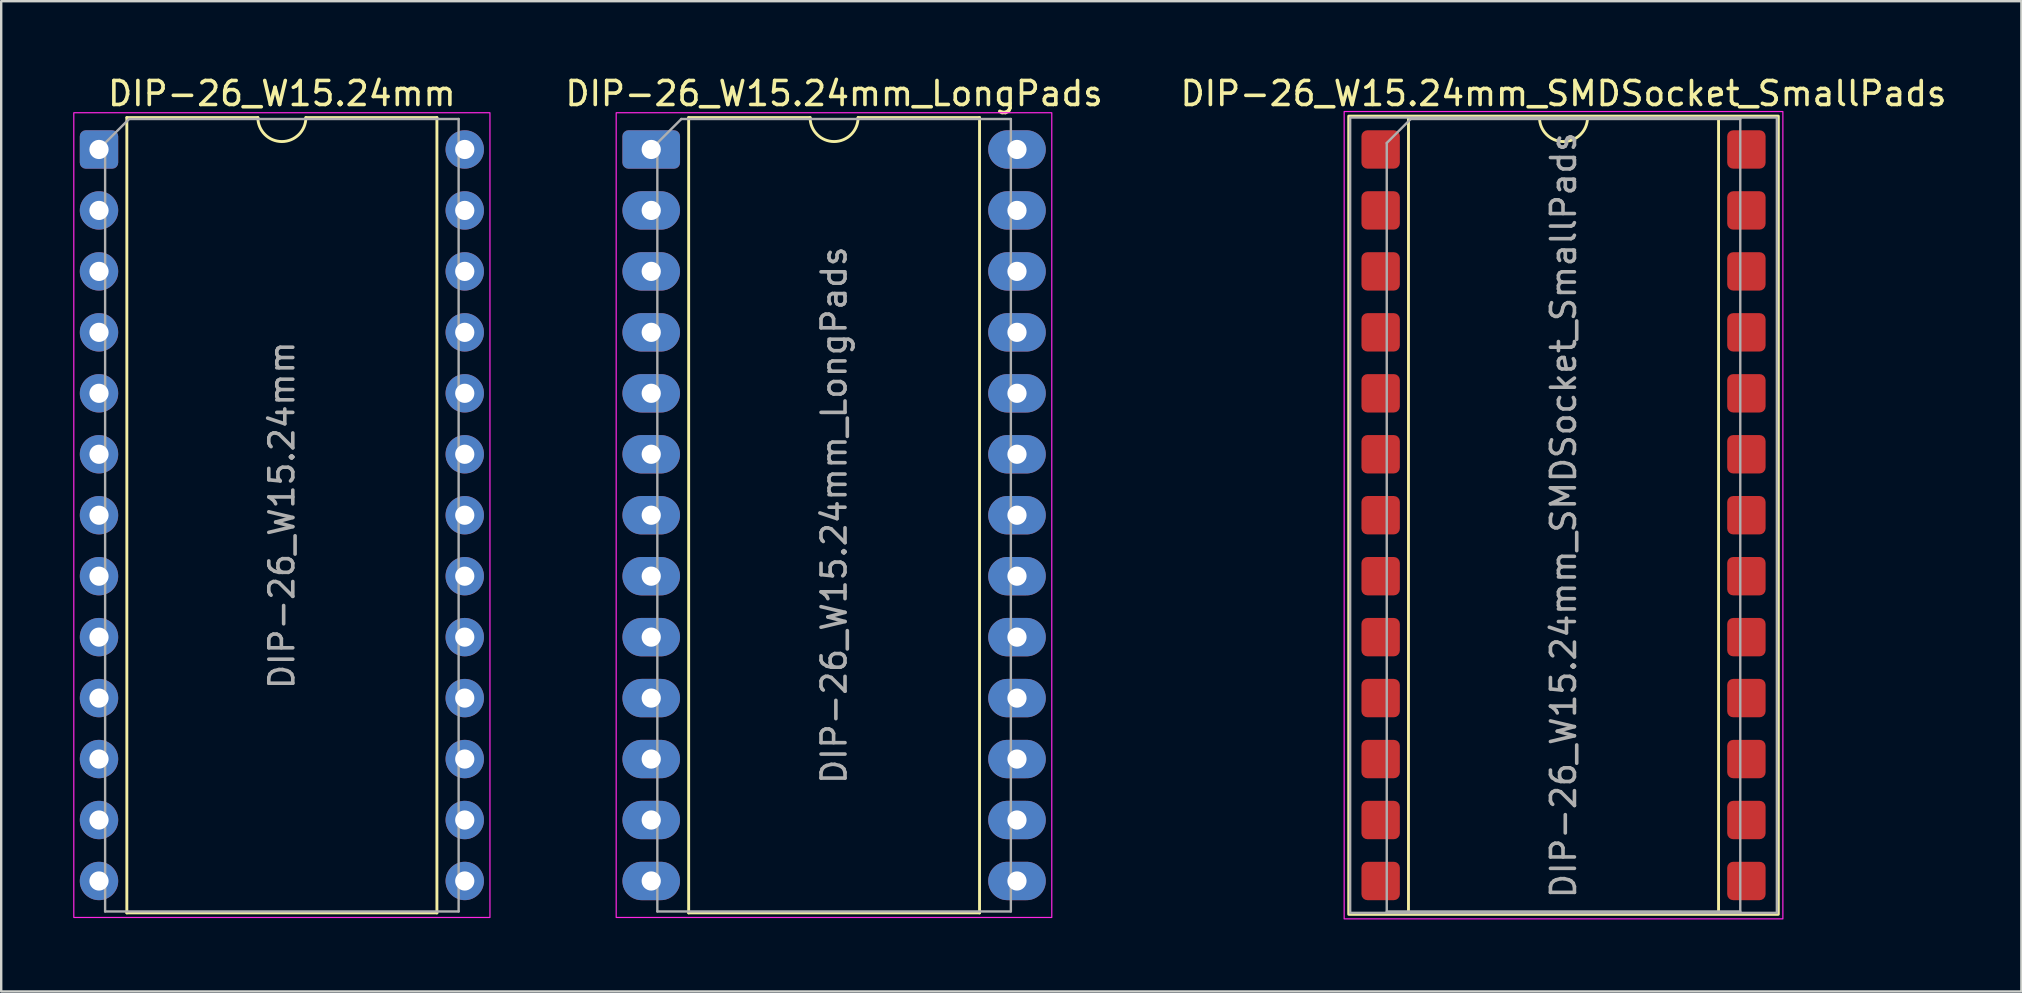
<source format=kicad_pcb>
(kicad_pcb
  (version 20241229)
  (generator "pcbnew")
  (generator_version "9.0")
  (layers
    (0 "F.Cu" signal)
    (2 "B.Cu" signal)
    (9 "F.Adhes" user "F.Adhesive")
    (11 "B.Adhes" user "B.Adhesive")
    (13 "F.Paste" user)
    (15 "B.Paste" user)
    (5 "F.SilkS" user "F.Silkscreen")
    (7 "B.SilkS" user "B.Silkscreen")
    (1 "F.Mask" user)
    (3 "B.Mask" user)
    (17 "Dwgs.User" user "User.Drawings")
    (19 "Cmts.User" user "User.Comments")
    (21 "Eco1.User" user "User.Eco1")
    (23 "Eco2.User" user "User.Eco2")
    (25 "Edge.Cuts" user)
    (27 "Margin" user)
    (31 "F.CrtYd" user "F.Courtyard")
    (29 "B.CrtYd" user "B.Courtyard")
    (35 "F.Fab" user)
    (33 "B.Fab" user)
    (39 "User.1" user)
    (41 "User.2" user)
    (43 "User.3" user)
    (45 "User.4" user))
  (footprint "DIP-26_W15.24mm"
    (layer "F.Cu")
    (at 1.075 3.178)
    (property "Reference" "DIP-26_W15.24mm" (at 7.62 -2.33 0) (layer "F.SilkS") (effects (font (size 1 1) (thickness 0.15))))
    (attr through_hole)
    (fp_line (start 1.16 -1.33) (end 1.16 31.81) (stroke (width 0.12) (type solid)) (layer "F.SilkS"))
    (fp_line (start 1.16 31.81) (end 14.08 31.81) (stroke (width 0.12) (type solid)) (layer "F.SilkS"))
    (fp_line (start 6.62 -1.33) (end 1.16 -1.33) (stroke (width 0.12) (type solid)) (layer "F.SilkS"))
    (fp_line (start 14.08 -1.33) (end 8.62 -1.33) (stroke (width 0.12) (type solid)) (layer "F.SilkS"))
    (fp_line (start 14.08 31.81) (end 14.08 -1.33) (stroke (width 0.12) (type solid)) (layer "F.SilkS"))
    (fp_arc (start 8.62 -1.33) (mid 7.62 -0.33) (end 6.62 -1.33) (stroke (width 0.12) (type solid)) (layer "F.SilkS"))
    (fp_rect (start -1.05 -1.53) (end 16.29 32) (stroke (width 0.05) (type solid)) (fill no) (layer "F.CrtYd"))
    (fp_line (start 0.255 -0.27) (end 1.255 -1.27) (stroke (width 0.1) (type solid)) (layer "F.Fab"))
    (fp_line (start 0.255 31.75) (end 0.255 -0.27) (stroke (width 0.1) (type solid)) (layer "F.Fab"))
    (fp_line (start 1.255 -1.27) (end 14.985 -1.27) (stroke (width 0.1) (type solid)) (layer "F.Fab"))
    (fp_line (start 14.985 -1.27) (end 14.985 31.75) (stroke (width 0.1) (type solid)) (layer "F.Fab"))
    (fp_line (start 14.985 31.75) (end 0.255 31.75) (stroke (width 0.1) (type solid)) (layer "F.Fab"))
    (fp_text user "${REFERENCE}" (at 7.62 15.24 90) (layer "F.Fab") (effects (font (size 1 1) (thickness 0.15))))
    (pad "1" thru_hole roundrect (at 0 0) (size 1.6 1.6) (drill 0.8) (layers "*.Cu" "*.Mask") (roundrect_rratio 0.156))
    (pad "2" thru_hole circle (at 0 2.54) (size 1.6 1.6) (drill 0.8) (layers "*.Cu" "*.Mask"))
    (pad "3" thru_hole circle (at 0 5.08) (size 1.6 1.6) (drill 0.8) (layers "*.Cu" "*.Mask"))
    (pad "4" thru_hole circle (at 0 7.62) (size 1.6 1.6) (drill 0.8) (layers "*.Cu" "*.Mask"))
    (pad "5" thru_hole circle (at 0 10.16) (size 1.6 1.6) (drill 0.8) (layers "*.Cu" "*.Mask"))
    (pad "6" thru_hole circle (at 0 12.7) (size 1.6 1.6) (drill 0.8) (layers "*.Cu" "*.Mask"))
    (pad "7" thru_hole circle (at 0 15.24) (size 1.6 1.6) (drill 0.8) (layers "*.Cu" "*.Mask"))
    (pad "8" thru_hole circle (at 0 17.78) (size 1.6 1.6) (drill 0.8) (layers "*.Cu" "*.Mask"))
    (pad "9" thru_hole circle (at 0 20.32) (size 1.6 1.6) (drill 0.8) (layers "*.Cu" "*.Mask"))
    (pad "10" thru_hole circle (at 0 22.86) (size 1.6 1.6) (drill 0.8) (layers "*.Cu" "*.Mask"))
    (pad "11" thru_hole circle (at 0 25.4) (size 1.6 1.6) (drill 0.8) (layers "*.Cu" "*.Mask"))
    (pad "12" thru_hole circle (at 0 27.94) (size 1.6 1.6) (drill 0.8) (layers "*.Cu" "*.Mask"))
    (pad "13" thru_hole circle (at 0 30.48) (size 1.6 1.6) (drill 0.8) (layers "*.Cu" "*.Mask"))
    (pad "14" thru_hole circle (at 15.24 30.48) (size 1.6 1.6) (drill 0.8) (layers "*.Cu" "*.Mask"))
    (pad "15" thru_hole circle (at 15.24 27.94) (size 1.6 1.6) (drill 0.8) (layers "*.Cu" "*.Mask"))
    (pad "16" thru_hole circle (at 15.24 25.4) (size 1.6 1.6) (drill 0.8) (layers "*.Cu" "*.Mask"))
    (pad "17" thru_hole circle (at 15.24 22.86) (size 1.6 1.6) (drill 0.8) (layers "*.Cu" "*.Mask"))
    (pad "18" thru_hole circle (at 15.24 20.32) (size 1.6 1.6) (drill 0.8) (layers "*.Cu" "*.Mask"))
    (pad "19" thru_hole circle (at 15.24 17.78) (size 1.6 1.6) (drill 0.8) (layers "*.Cu" "*.Mask"))
    (pad "20" thru_hole circle (at 15.24 15.24) (size 1.6 1.6) (drill 0.8) (layers "*.Cu" "*.Mask"))
    (pad "21" thru_hole circle (at 15.24 12.7) (size 1.6 1.6) (drill 0.8) (layers "*.Cu" "*.Mask"))
    (pad "22" thru_hole circle (at 15.24 10.16) (size 1.6 1.6) (drill 0.8) (layers "*.Cu" "*.Mask"))
    (pad "23" thru_hole circle (at 15.24 7.62) (size 1.6 1.6) (drill 0.8) (layers "*.Cu" "*.Mask"))
    (pad "24" thru_hole circle (at 15.24 5.08) (size 1.6 1.6) (drill 0.8) (layers "*.Cu" "*.Mask"))
    (pad "25" thru_hole circle (at 15.24 2.54) (size 1.6 1.6) (drill 0.8) (layers "*.Cu" "*.Mask"))
    (pad "26" thru_hole circle (at 15.24 0) (size 1.6 1.6) (drill 0.8) (layers "*.Cu" "*.Mask")))
  (footprint "DIP-26_W15.24mm_LongPads"
    (layer "F.Cu")
    (at 24.085 3.178)
    (property "Reference" "DIP-26_W15.24mm_LongPads" (at 7.62 -2.33 0) (layer "F.SilkS") (effects (font (size 1 1) (thickness 0.15))))
    (attr through_hole)
    (fp_line (start 1.56 -1.33) (end 1.56 31.81) (stroke (width 0.12) (type solid)) (layer "F.SilkS"))
    (fp_line (start 1.56 31.81) (end 13.68 31.81) (stroke (width 0.12) (type solid)) (layer "F.SilkS"))
    (fp_line (start 6.62 -1.33) (end 1.56 -1.33) (stroke (width 0.12) (type solid)) (layer "F.SilkS"))
    (fp_line (start 13.68 -1.33) (end 8.62 -1.33) (stroke (width 0.12) (type solid)) (layer "F.SilkS"))
    (fp_line (start 13.68 31.81) (end 13.68 -1.33) (stroke (width 0.12) (type solid)) (layer "F.SilkS"))
    (fp_arc (start 8.62 -1.33) (mid 7.62 -0.33) (end 6.62 -1.33) (stroke (width 0.12) (type solid)) (layer "F.SilkS"))
    (fp_rect (start -1.46 -1.53) (end 16.69 32) (stroke (width 0.05) (type solid)) (fill no) (layer "F.CrtYd"))
    (fp_line (start 0.255 -0.27) (end 1.255 -1.27) (stroke (width 0.1) (type solid)) (layer "F.Fab"))
    (fp_line (start 0.255 31.75) (end 0.255 -0.27) (stroke (width 0.1) (type solid)) (layer "F.Fab"))
    (fp_line (start 1.255 -1.27) (end 14.985 -1.27) (stroke (width 0.1) (type solid)) (layer "F.Fab"))
    (fp_line (start 14.985 -1.27) (end 14.985 31.75) (stroke (width 0.1) (type solid)) (layer "F.Fab"))
    (fp_line (start 14.985 31.75) (end 0.255 31.75) (stroke (width 0.1) (type solid)) (layer "F.Fab"))
    (fp_text user "${REFERENCE}" (at 7.62 15.24 90) (layer "F.Fab") (effects (font (size 1 1) (thickness 0.15))))
    (pad "1" thru_hole roundrect (at 0 0) (size 2.4 1.6) (drill 0.8) (layers "*.Cu" "*.Mask") (roundrect_rratio 0.156))
    (pad "2" thru_hole oval (at 0 2.54) (size 2.4 1.6) (drill 0.8) (layers "*.Cu" "*.Mask"))
    (pad "3" thru_hole oval (at 0 5.08) (size 2.4 1.6) (drill 0.8) (layers "*.Cu" "*.Mask"))
    (pad "4" thru_hole oval (at 0 7.62) (size 2.4 1.6) (drill 0.8) (layers "*.Cu" "*.Mask"))
    (pad "5" thru_hole oval (at 0 10.16) (size 2.4 1.6) (drill 0.8) (layers "*.Cu" "*.Mask"))
    (pad "6" thru_hole oval (at 0 12.7) (size 2.4 1.6) (drill 0.8) (layers "*.Cu" "*.Mask"))
    (pad "7" thru_hole oval (at 0 15.24) (size 2.4 1.6) (drill 0.8) (layers "*.Cu" "*.Mask"))
    (pad "8" thru_hole oval (at 0 17.78) (size 2.4 1.6) (drill 0.8) (layers "*.Cu" "*.Mask"))
    (pad "9" thru_hole oval (at 0 20.32) (size 2.4 1.6) (drill 0.8) (layers "*.Cu" "*.Mask"))
    (pad "10" thru_hole oval (at 0 22.86) (size 2.4 1.6) (drill 0.8) (layers "*.Cu" "*.Mask"))
    (pad "11" thru_hole oval (at 0 25.4) (size 2.4 1.6) (drill 0.8) (layers "*.Cu" "*.Mask"))
    (pad "12" thru_hole oval (at 0 27.94) (size 2.4 1.6) (drill 0.8) (layers "*.Cu" "*.Mask"))
    (pad "13" thru_hole oval (at 0 30.48) (size 2.4 1.6) (drill 0.8) (layers "*.Cu" "*.Mask"))
    (pad "14" thru_hole oval (at 15.24 30.48) (size 2.4 1.6) (drill 0.8) (layers "*.Cu" "*.Mask"))
    (pad "15" thru_hole oval (at 15.24 27.94) (size 2.4 1.6) (drill 0.8) (layers "*.Cu" "*.Mask"))
    (pad "16" thru_hole oval (at 15.24 25.4) (size 2.4 1.6) (drill 0.8) (layers "*.Cu" "*.Mask"))
    (pad "17" thru_hole oval (at 15.24 22.86) (size 2.4 1.6) (drill 0.8) (layers "*.Cu" "*.Mask"))
    (pad "18" thru_hole oval (at 15.24 20.32) (size 2.4 1.6) (drill 0.8) (layers "*.Cu" "*.Mask"))
    (pad "19" thru_hole oval (at 15.24 17.78) (size 2.4 1.6) (drill 0.8) (layers "*.Cu" "*.Mask"))
    (pad "20" thru_hole oval (at 15.24 15.24) (size 2.4 1.6) (drill 0.8) (layers "*.Cu" "*.Mask"))
    (pad "21" thru_hole oval (at 15.24 12.7) (size 2.4 1.6) (drill 0.8) (layers "*.Cu" "*.Mask"))
    (pad "22" thru_hole oval (at 15.24 10.16) (size 2.4 1.6) (drill 0.8) (layers "*.Cu" "*.Mask"))
    (pad "23" thru_hole oval (at 15.24 7.62) (size 2.4 1.6) (drill 0.8) (layers "*.Cu" "*.Mask"))
    (pad "24" thru_hole oval (at 15.24 5.08) (size 2.4 1.6) (drill 0.8) (layers "*.Cu" "*.Mask"))
    (pad "25" thru_hole oval (at 15.24 2.54) (size 2.4 1.6) (drill 0.8) (layers "*.Cu" "*.Mask"))
    (pad "26" thru_hole oval (at 15.24 0) (size 2.4 1.6) (drill 0.8) (layers "*.Cu" "*.Mask")))
  (footprint "DIP-26_W15.24mm_SMDSocket_SmallPads"
    (layer "F.Cu")
    (at 62.098 18.418)
    (property "Reference" "DIP-26_W15.24mm_SMDSocket_SmallPads" (at 0 -17.57 0) (layer "F.SilkS") (effects (font (size 1 1) (thickness 0.15))))
    (attr smd)
    (fp_line (start -6.46 -16.57) (end -6.46 16.57) (stroke (width 0.12) (type solid)) (layer "F.SilkS"))
    (fp_line (start -6.46 16.57) (end 6.46 16.57) (stroke (width 0.12) (type solid)) (layer "F.SilkS"))
    (fp_line (start -1 -16.57) (end -6.46 -16.57) (stroke (width 0.12) (type solid)) (layer "F.SilkS"))
    (fp_line (start 6.46 -16.57) (end 1 -16.57) (stroke (width 0.12) (type solid)) (layer "F.SilkS"))
    (fp_line (start 6.46 16.57) (end 6.46 -16.57) (stroke (width 0.12) (type solid)) (layer "F.SilkS"))
    (fp_rect (start -8.95 -16.63) (end 8.95 16.63) (stroke (width 0.12) (type solid)) (fill no) (layer "F.SilkS"))
    (fp_arc (start 1 -16.57) (mid 0 -15.57) (end -1 -16.57) (stroke (width 0.12) (type solid)) (layer "F.SilkS"))
    (fp_rect (start -9.14 -16.82) (end 9.14 16.82) (stroke (width 0.05) (type solid)) (fill no) (layer "F.CrtYd"))
    (fp_line (start -7.365 -15.51) (end -6.365 -16.51) (stroke (width 0.1) (type solid)) (layer "F.Fab"))
    (fp_line (start -7.365 16.51) (end -7.365 -15.51) (stroke (width 0.1) (type solid)) (layer "F.Fab"))
    (fp_line (start -6.365 -16.51) (end 7.365 -16.51) (stroke (width 0.1) (type solid)) (layer "F.Fab"))
    (fp_line (start 7.365 -16.51) (end 7.365 16.51) (stroke (width 0.1) (type solid)) (layer "F.Fab"))
    (fp_line (start 7.365 16.51) (end -7.365 16.51) (stroke (width 0.1) (type solid)) (layer "F.Fab"))
    (fp_rect (start -8.89 -16.57) (end 8.89 16.57) (stroke (width 0.1) (type solid)) (fill no) (layer "F.Fab"))
    (fp_text user "${REFERENCE}" (at 0 0 90) (layer "F.Fab") (effects (font (size 1 1) (thickness 0.15))))
    (pad "1" smd roundrect (at -7.62 -15.24) (size 1.6 1.6) (layers "F.Cu" "F.Mask" "F.Paste") (roundrect_rratio 0.156))
    (pad "2" smd roundrect (at -7.62 -12.7) (size 1.6 1.6) (layers "F.Cu" "F.Mask" "F.Paste") (roundrect_rratio 0.156))
    (pad "3" smd roundrect (at -7.62 -10.16) (size 1.6 1.6) (layers "F.Cu" "F.Mask" "F.Paste") (roundrect_rratio 0.156))
    (pad "4" smd roundrect (at -7.62 -7.62) (size 1.6 1.6) (layers "F.Cu" "F.Mask" "F.Paste") (roundrect_rratio 0.156))
    (pad "5" smd roundrect (at -7.62 -5.08) (size 1.6 1.6) (layers "F.Cu" "F.Mask" "F.Paste") (roundrect_rratio 0.156))
    (pad "6" smd roundrect (at -7.62 -2.54) (size 1.6 1.6) (layers "F.Cu" "F.Mask" "F.Paste") (roundrect_rratio 0.156))
    (pad "7" smd roundrect (at -7.62 0) (size 1.6 1.6) (layers "F.Cu" "F.Mask" "F.Paste") (roundrect_rratio 0.156))
    (pad "8" smd roundrect (at -7.62 2.54) (size 1.6 1.6) (layers "F.Cu" "F.Mask" "F.Paste") (roundrect_rratio 0.156))
    (pad "9" smd roundrect (at -7.62 5.08) (size 1.6 1.6) (layers "F.Cu" "F.Mask" "F.Paste") (roundrect_rratio 0.156))
    (pad "10" smd roundrect (at -7.62 7.62) (size 1.6 1.6) (layers "F.Cu" "F.Mask" "F.Paste") (roundrect_rratio 0.156))
    (pad "11" smd roundrect (at -7.62 10.16) (size 1.6 1.6) (layers "F.Cu" "F.Mask" "F.Paste") (roundrect_rratio 0.156))
    (pad "12" smd roundrect (at -7.62 12.7) (size 1.6 1.6) (layers "F.Cu" "F.Mask" "F.Paste") (roundrect_rratio 0.156))
    (pad "13" smd roundrect (at -7.62 15.24) (size 1.6 1.6) (layers "F.Cu" "F.Mask" "F.Paste") (roundrect_rratio 0.156))
    (pad "14" smd roundrect (at 7.62 15.24) (size 1.6 1.6) (layers "F.Cu" "F.Mask" "F.Paste") (roundrect_rratio 0.156))
    (pad "15" smd roundrect (at 7.62 12.7) (size 1.6 1.6) (layers "F.Cu" "F.Mask" "F.Paste") (roundrect_rratio 0.156))
    (pad "16" smd roundrect (at 7.62 10.16) (size 1.6 1.6) (layers "F.Cu" "F.Mask" "F.Paste") (roundrect_rratio 0.156))
    (pad "17" smd roundrect (at 7.62 7.62) (size 1.6 1.6) (layers "F.Cu" "F.Mask" "F.Paste") (roundrect_rratio 0.156))
    (pad "18" smd roundrect (at 7.62 5.08) (size 1.6 1.6) (layers "F.Cu" "F.Mask" "F.Paste") (roundrect_rratio 0.156))
    (pad "19" smd roundrect (at 7.62 2.54) (size 1.6 1.6) (layers "F.Cu" "F.Mask" "F.Paste") (roundrect_rratio 0.156))
    (pad "20" smd roundrect (at 7.62 0) (size 1.6 1.6) (layers "F.Cu" "F.Mask" "F.Paste") (roundrect_rratio 0.156))
    (pad "21" smd roundrect (at 7.62 -2.54) (size 1.6 1.6) (layers "F.Cu" "F.Mask" "F.Paste") (roundrect_rratio 0.156))
    (pad "22" smd roundrect (at 7.62 -5.08) (size 1.6 1.6) (layers "F.Cu" "F.Mask" "F.Paste") (roundrect_rratio 0.156))
    (pad "23" smd roundrect (at 7.62 -7.62) (size 1.6 1.6) (layers "F.Cu" "F.Mask" "F.Paste") (roundrect_rratio 0.156))
    (pad "24" smd roundrect (at 7.62 -10.16) (size 1.6 1.6) (layers "F.Cu" "F.Mask" "F.Paste") (roundrect_rratio 0.156))
    (pad "25" smd roundrect (at 7.62 -12.7) (size 1.6 1.6) (layers "F.Cu" "F.Mask" "F.Paste") (roundrect_rratio 0.156))
    (pad "26" smd roundrect (at 7.62 -15.24) (size 1.6 1.6) (layers "F.Cu" "F.Mask" "F.Paste") (roundrect_rratio 0.156)))
  (gr_rect
    (start -3 -3)
    (end 81.176 38.263)
    (stroke (width 0.1) (type default))
    (fill no)
    (layer "Edge.Cuts")))
</source>
